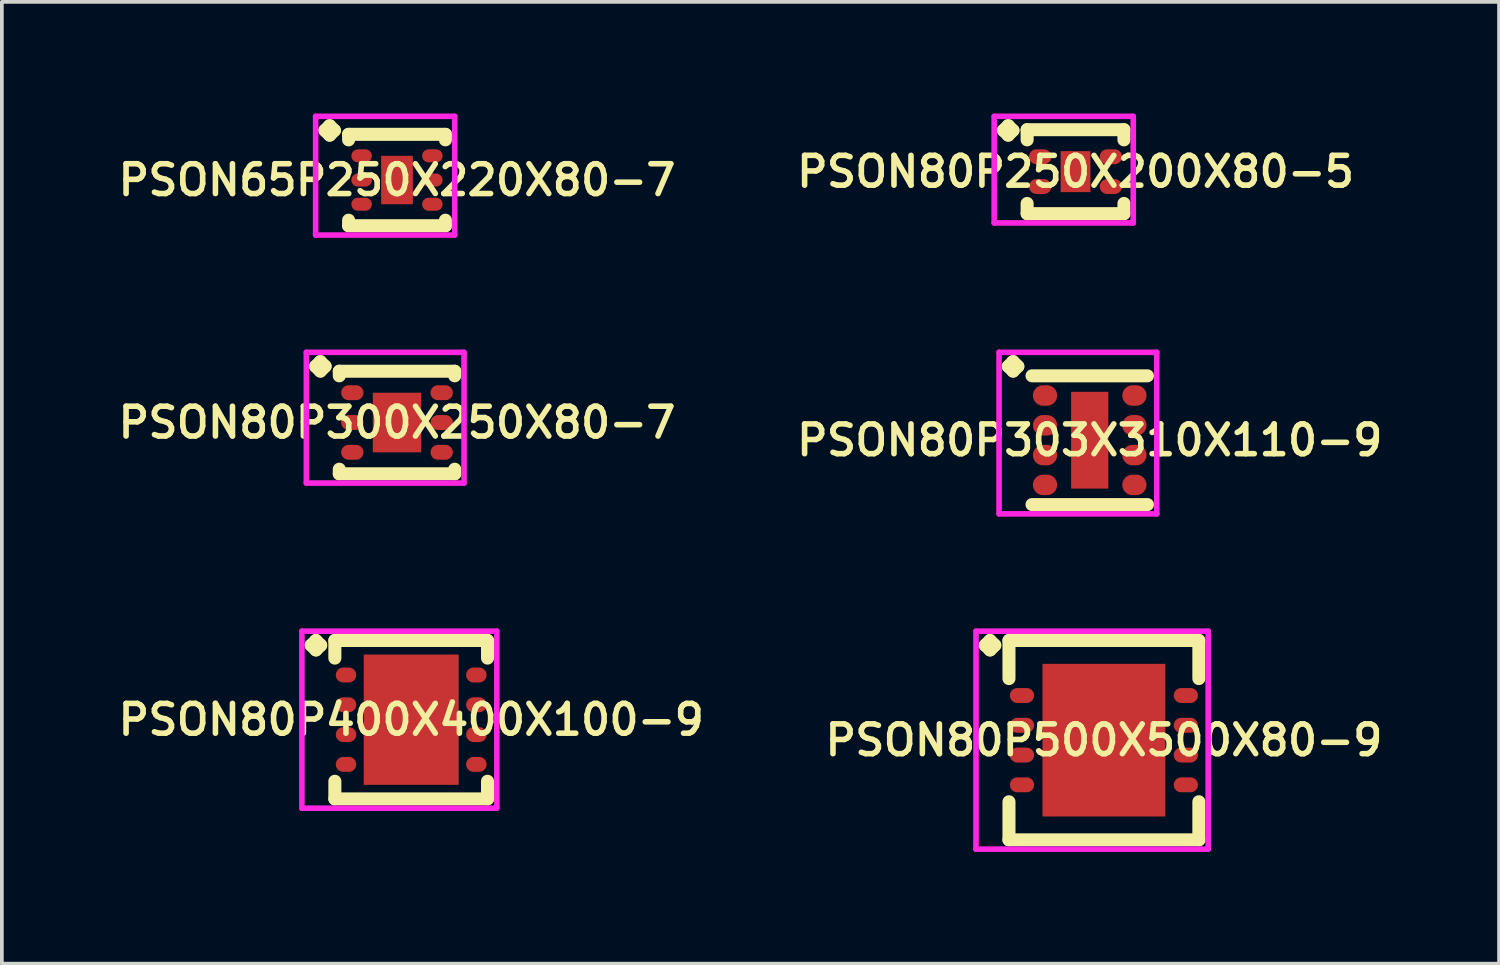
<source format=kicad_pcb>
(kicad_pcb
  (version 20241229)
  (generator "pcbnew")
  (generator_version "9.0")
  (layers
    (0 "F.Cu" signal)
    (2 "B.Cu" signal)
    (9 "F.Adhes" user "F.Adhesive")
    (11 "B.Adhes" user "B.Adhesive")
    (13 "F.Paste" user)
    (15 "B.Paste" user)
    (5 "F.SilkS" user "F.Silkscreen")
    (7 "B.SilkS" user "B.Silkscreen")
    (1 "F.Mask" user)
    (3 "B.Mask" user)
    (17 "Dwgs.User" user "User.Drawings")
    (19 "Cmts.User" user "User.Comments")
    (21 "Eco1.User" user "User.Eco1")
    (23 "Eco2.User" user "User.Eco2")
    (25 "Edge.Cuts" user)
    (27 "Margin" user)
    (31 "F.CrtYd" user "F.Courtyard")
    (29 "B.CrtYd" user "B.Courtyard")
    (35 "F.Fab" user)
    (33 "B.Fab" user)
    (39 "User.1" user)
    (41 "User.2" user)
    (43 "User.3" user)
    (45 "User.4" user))
  (footprint "PSON65P250X220X80-7"
    (layer "F.Cu")
    (at 7.612 1.785)
    (property "Reference" "PSON65P250X220X80-7" (at 0 0 0) (layer "F.SilkS") (effects (font (size 0.8 0.8) (thickness 0.15))))
    (attr smd)
    (fp_line (start -1.935 -1.333) (end -1.808 -1.46) (stroke (width 0.35) (type solid)) (layer "F.SilkS"))
    (fp_line (start -1.808 -1.46) (end -1.681 -1.333) (stroke (width 0.35) (type solid)) (layer "F.SilkS"))
    (fp_line (start -1.808 -1.206) (end -1.935 -1.333) (stroke (width 0.35) (type solid)) (layer "F.SilkS"))
    (fp_line (start -1.681 -1.333) (end -1.808 -1.206) (stroke (width 0.35) (type solid)) (layer "F.SilkS"))
    (fp_line (start -1.3 -1.227) (end 1.3 -1.227) (stroke (width 0.35) (type solid)) (layer "F.SilkS"))
    (fp_line (start -1.3 -1.079) (end -1.3 -1.227) (stroke (width 0.35) (type solid)) (layer "F.SilkS"))
    (fp_line (start -1.3 1.079) (end -1.3 1.227) (stroke (width 0.35) (type solid)) (layer "F.SilkS"))
    (fp_line (start -1.3 1.227) (end 1.3 1.227) (stroke (width 0.35) (type solid)) (layer "F.SilkS"))
    (fp_line (start 1.3 -1.227) (end 1.3 -1.079) (stroke (width 0.35) (type solid)) (layer "F.SilkS"))
    (fp_line (start 1.3 1.227) (end 1.3 1.079) (stroke (width 0.35) (type solid)) (layer "F.SilkS"))
    (fp_line (start -2.185 -1.71) (end 1.55 -1.71) (stroke (width 0.15) (type solid)) (layer "F.CrtYd"))
    (fp_line (start -2.185 1.477) (end -2.185 -1.71) (stroke (width 0.15) (type solid)) (layer "F.CrtYd"))
    (fp_line (start 1.55 -1.71) (end 1.55 1.477) (stroke (width 0.15) (type solid)) (layer "F.CrtYd"))
    (fp_line (start 1.55 1.477) (end -2.185 1.477) (stroke (width 0.15) (type solid)) (layer "F.CrtYd"))
    (pad "1" smd oval (at -0.95 -0.65) (size 0.55 0.35) (layers "F.Cu" "F.Mask" "F.Paste"))
    (pad "2" smd oval (at -0.95 0) (size 0.55 0.35) (layers "F.Cu" "F.Mask" "F.Paste"))
    (pad "3" smd oval (at -0.95 0.65) (size 0.55 0.35) (layers "F.Cu" "F.Mask" "F.Paste"))
    (pad "4" smd oval (at 0.95 0.65) (size 0.55 0.35) (layers "F.Cu" "F.Mask" "F.Paste"))
    (pad "5" smd oval (at 0.95 0) (size 0.55 0.35) (layers "F.Cu" "F.Mask" "F.Paste"))
    (pad "6" smd oval (at 0.95 -0.65) (size 0.55 0.35) (layers "F.Cu" "F.Mask" "F.Paste"))
    (pad "7" smd rect (at 0 0) (size 0.85 1.3) (layers "F.Cu" "F.Mask" "F.Paste")))
  (footprint "PSON80P300X250X80-7"
    (layer "F.Cu")
    (at 7.612 8.297)
    (property "Reference" "PSON80P300X250X80-7" (at 0 0 0) (layer "F.SilkS") (effects (font (size 0.8 0.8) (thickness 0.15))))
    (attr smd)
    (fp_line (start -2.185 -1.508) (end -2.058 -1.635) (stroke (width 0.35) (type solid)) (layer "F.SilkS"))
    (fp_line (start -2.058 -1.635) (end -1.931 -1.508) (stroke (width 0.35) (type solid)) (layer "F.SilkS"))
    (fp_line (start -2.058 -1.381) (end -2.185 -1.508) (stroke (width 0.35) (type solid)) (layer "F.SilkS"))
    (fp_line (start -1.931 -1.508) (end -2.058 -1.381) (stroke (width 0.35) (type solid)) (layer "F.SilkS"))
    (fp_line (start -1.55 -1.377) (end 1.55 -1.377) (stroke (width 0.35) (type solid)) (layer "F.SilkS"))
    (fp_line (start -1.55 -1.254) (end -1.55 -1.377) (stroke (width 0.35) (type solid)) (layer "F.SilkS"))
    (fp_line (start -1.55 1.254) (end -1.55 1.377) (stroke (width 0.35) (type solid)) (layer "F.SilkS"))
    (fp_line (start -1.55 1.377) (end 1.55 1.377) (stroke (width 0.35) (type solid)) (layer "F.SilkS"))
    (fp_line (start 1.55 -1.377) (end 1.55 -1.254) (stroke (width 0.35) (type solid)) (layer "F.SilkS"))
    (fp_line (start 1.55 1.377) (end 1.55 1.254) (stroke (width 0.35) (type solid)) (layer "F.SilkS"))
    (fp_line (start -2.435 -1.885) (end 1.8 -1.885) (stroke (width 0.15) (type solid)) (layer "F.CrtYd"))
    (fp_line (start -2.435 1.627) (end -2.435 -1.885) (stroke (width 0.15) (type solid)) (layer "F.CrtYd"))
    (fp_line (start 1.8 -1.885) (end 1.8 1.627) (stroke (width 0.15) (type solid)) (layer "F.CrtYd"))
    (fp_line (start 1.8 1.627) (end -2.435 1.627) (stroke (width 0.15) (type solid)) (layer "F.CrtYd"))
    (pad "1" smd oval (at -1.2 -0.8) (size 0.6 0.4) (layers "F.Cu" "F.Mask" "F.Paste"))
    (pad "2" smd oval (at -1.2 0) (size 0.6 0.4) (layers "F.Cu" "F.Mask" "F.Paste"))
    (pad "3" smd oval (at -1.2 0.8) (size 0.6 0.4) (layers "F.Cu" "F.Mask" "F.Paste"))
    (pad "4" smd oval (at 1.2 0.8) (size 0.6 0.4) (layers "F.Cu" "F.Mask" "F.Paste"))
    (pad "5" smd oval (at 1.2 0) (size 0.6 0.4) (layers "F.Cu" "F.Mask" "F.Paste"))
    (pad "6" smd oval (at 1.2 -0.8) (size 0.6 0.4) (layers "F.Cu" "F.Mask" "F.Paste"))
    (pad "7" smd rect (at 0 0) (size 1.3 1.6) (layers "F.Cu" "F.Mask" "F.Paste")))
  (footprint "PSON80P400X400X100-9"
    (layer "F.Cu")
    (at 7.993 16.278)
    (property "Reference" "PSON80P400X400X100-9" (at 0 0 0) (layer "F.SilkS") (effects (font (size 0.8 0.8) (thickness 0.15))))
    (attr smd)
    (fp_line (start -2.685 -2) (end -2.558 -2.127) (stroke (width 0.35) (type solid)) (layer "F.SilkS"))
    (fp_line (start -2.558 -2.127) (end -2.431 -2) (stroke (width 0.35) (type solid)) (layer "F.SilkS"))
    (fp_line (start -2.558 -1.873) (end -2.685 -2) (stroke (width 0.35) (type solid)) (layer "F.SilkS"))
    (fp_line (start -2.431 -2) (end -2.558 -1.873) (stroke (width 0.35) (type solid)) (layer "F.SilkS"))
    (fp_line (start -2.05 -2.127) (end 2.05 -2.127) (stroke (width 0.35) (type solid)) (layer "F.SilkS"))
    (fp_line (start -2.05 -1.654) (end -2.05 -2.127) (stroke (width 0.35) (type solid)) (layer "F.SilkS"))
    (fp_line (start -2.05 1.654) (end -2.05 2.127) (stroke (width 0.35) (type solid)) (layer "F.SilkS"))
    (fp_line (start -2.05 2.127) (end 2.05 2.127) (stroke (width 0.35) (type solid)) (layer "F.SilkS"))
    (fp_line (start 2.05 -2.127) (end 2.05 -1.654) (stroke (width 0.35) (type solid)) (layer "F.SilkS"))
    (fp_line (start 2.05 2.127) (end 2.05 1.654) (stroke (width 0.35) (type solid)) (layer "F.SilkS"))
    (fp_line (start -2.935 -2.377) (end 2.3 -2.377) (stroke (width 0.15) (type solid)) (layer "F.CrtYd"))
    (fp_line (start -2.935 2.377) (end -2.935 -2.377) (stroke (width 0.15) (type solid)) (layer "F.CrtYd"))
    (fp_line (start 2.3 -2.377) (end 2.3 2.377) (stroke (width 0.15) (type solid)) (layer "F.CrtYd"))
    (fp_line (start 2.3 2.377) (end -2.935 2.377) (stroke (width 0.15) (type solid)) (layer "F.CrtYd"))
    (pad "1" smd oval (at -1.75 -1.2) (size 0.55 0.4) (layers "F.Cu" "F.Mask" "F.Paste"))
    (pad "2" smd oval (at -1.75 -0.4) (size 0.55 0.4) (layers "F.Cu" "F.Mask" "F.Paste"))
    (pad "3" smd oval (at -1.75 0.4) (size 0.55 0.4) (layers "F.Cu" "F.Mask" "F.Paste"))
    (pad "4" smd oval (at -1.75 1.2) (size 0.55 0.4) (layers "F.Cu" "F.Mask" "F.Paste"))
    (pad "5" smd oval (at 1.75 1.2) (size 0.55 0.4) (layers "F.Cu" "F.Mask" "F.Paste"))
    (pad "6" smd oval (at 1.75 0.4) (size 0.55 0.4) (layers "F.Cu" "F.Mask" "F.Paste"))
    (pad "7" smd oval (at 1.75 -0.4) (size 0.55 0.4) (layers "F.Cu" "F.Mask" "F.Paste"))
    (pad "8" smd oval (at 1.75 -1.2) (size 0.55 0.4) (layers "F.Cu" "F.Mask" "F.Paste"))
    (pad "9" smd rect (at 0 0) (size 2.55 3.5) (layers "F.Cu" "F.Mask" "F.Paste")))
  (footprint "PSON80P303X310X110-9"
    (layer "F.Cu")
    (at 26.216 8.772)
    (property "Reference" "PSON80P303X310X110-9" (at 0 0 0) (layer "F.SilkS") (effects (font (size 0.8 0.8) (thickness 0.15))))
    (attr through_hole)
    (fp_line (start -2.185 -1.983) (end -2.058 -2.11) (stroke (width 0.35) (type solid)) (layer "F.SilkS"))
    (fp_line (start -2.058 -2.11) (end -1.931 -1.983) (stroke (width 0.35) (type solid)) (layer "F.SilkS"))
    (fp_line (start -2.058 -1.856) (end -2.185 -1.983) (stroke (width 0.35) (type solid)) (layer "F.SilkS"))
    (fp_line (start -1.931 -1.983) (end -2.058 -1.856) (stroke (width 0.35) (type solid)) (layer "F.SilkS"))
    (fp_line (start -1.55 -1.729) (end 1.55 -1.729) (stroke (width 0.35) (type solid)) (layer "F.SilkS"))
    (fp_line (start -1.55 1.729) (end 1.55 1.729) (stroke (width 0.35) (type solid)) (layer "F.SilkS"))
    (fp_line (start -2.435 -2.36) (end 1.8 -2.36) (stroke (width 0.15) (type solid)) (layer "F.CrtYd"))
    (fp_line (start -2.435 1.979) (end -2.435 -2.36) (stroke (width 0.15) (type solid)) (layer "F.CrtYd"))
    (fp_line (start 1.8 -2.36) (end 1.8 1.979) (stroke (width 0.15) (type solid)) (layer "F.CrtYd"))
    (fp_line (start 1.8 1.979) (end -2.435 1.979) (stroke (width 0.15) (type solid)) (layer "F.CrtYd"))
    (pad "1" smd oval (at -1.2 -1.2) (size 0.65 0.55) (layers "F.Cu" "F.Mask" "F.Paste"))
    (pad "2" smd oval (at -1.2 -0.4) (size 0.65 0.55) (layers "F.Cu" "F.Mask" "F.Paste"))
    (pad "3" smd oval (at -1.2 0.4) (size 0.65 0.55) (layers "F.Cu" "F.Mask" "F.Paste"))
    (pad "4" smd oval (at -1.2 1.2) (size 0.65 0.55) (layers "F.Cu" "F.Mask" "F.Paste"))
    (pad "5" smd oval (at 1.2 1.2) (size 0.65 0.55) (layers "F.Cu" "F.Mask" "F.Paste"))
    (pad "6" smd oval (at 1.2 0.4) (size 0.65 0.55) (layers "F.Cu" "F.Mask" "F.Paste"))
    (pad "7" smd oval (at 1.2 -0.4) (size 0.65 0.55) (layers "F.Cu" "F.Mask" "F.Paste"))
    (pad "8" smd oval (at 1.2 -1.2) (size 0.65 0.55) (layers "F.Cu" "F.Mask" "F.Paste"))
    (pad "9" smd rect (at 0 0) (size 1 2.6) (layers "F.Cu" "F.Mask" "F.Paste")))
  (footprint "PSON80P500X500X80-9"
    (layer "F.Cu")
    (at 26.597 16.828)
    (property "Reference" "PSON80P500X500X80-9" (at 0 0 0) (layer "F.SilkS") (effects (font (size 0.8 0.8) (thickness 0.15))))
    (attr smd)
    (fp_line (start -3.185 -2.55) (end -3.058 -2.677) (stroke (width 0.35) (type solid)) (layer "F.SilkS"))
    (fp_line (start -3.058 -2.677) (end -2.931 -2.55) (stroke (width 0.35) (type solid)) (layer "F.SilkS"))
    (fp_line (start -3.058 -2.423) (end -3.185 -2.55) (stroke (width 0.35) (type solid)) (layer "F.SilkS"))
    (fp_line (start -2.931 -2.55) (end -3.058 -2.423) (stroke (width 0.35) (type solid)) (layer "F.SilkS"))
    (fp_line (start -2.55 -2.677) (end 2.55 -2.677) (stroke (width 0.35) (type solid)) (layer "F.SilkS"))
    (fp_line (start -2.55 -1.654) (end -2.55 -2.677) (stroke (width 0.35) (type solid)) (layer "F.SilkS"))
    (fp_line (start -2.55 1.654) (end -2.55 2.677) (stroke (width 0.35) (type solid)) (layer "F.SilkS"))
    (fp_line (start -2.55 2.677) (end 2.55 2.677) (stroke (width 0.35) (type solid)) (layer "F.SilkS"))
    (fp_line (start 2.55 -2.677) (end 2.55 -1.654) (stroke (width 0.35) (type solid)) (layer "F.SilkS"))
    (fp_line (start 2.55 2.677) (end 2.55 1.654) (stroke (width 0.35) (type solid)) (layer "F.SilkS"))
    (fp_line (start -3.435 -2.927) (end 2.8 -2.927) (stroke (width 0.15) (type solid)) (layer "F.CrtYd"))
    (fp_line (start -3.435 2.927) (end -3.435 -2.927) (stroke (width 0.15) (type solid)) (layer "F.CrtYd"))
    (fp_line (start 2.8 -2.927) (end 2.8 2.927) (stroke (width 0.15) (type solid)) (layer "F.CrtYd"))
    (fp_line (start 2.8 2.927) (end -3.435 2.927) (stroke (width 0.15) (type solid)) (layer "F.CrtYd"))
    (pad "1" smd oval (at -2.2 -1.2) (size 0.65 0.4) (layers "F.Cu" "F.Mask" "F.Paste"))
    (pad "2" smd oval (at -2.2 -0.4) (size 0.65 0.4) (layers "F.Cu" "F.Mask" "F.Paste"))
    (pad "3" smd oval (at -2.2 0.4) (size 0.65 0.4) (layers "F.Cu" "F.Mask" "F.Paste"))
    (pad "4" smd oval (at -2.2 1.2) (size 0.65 0.4) (layers "F.Cu" "F.Mask" "F.Paste"))
    (pad "5" smd oval (at 2.2 1.2) (size 0.65 0.4) (layers "F.Cu" "F.Mask" "F.Paste"))
    (pad "6" smd oval (at 2.2 0.4) (size 0.65 0.4) (layers "F.Cu" "F.Mask" "F.Paste"))
    (pad "7" smd oval (at 2.2 -0.4) (size 0.65 0.4) (layers "F.Cu" "F.Mask" "F.Paste"))
    (pad "8" smd oval (at 2.2 -1.2) (size 0.65 0.4) (layers "F.Cu" "F.Mask" "F.Paste"))
    (pad "9" smd rect (at 0 0) (size 3.3 4.1) (layers "F.Cu" "F.Mask" "F.Paste")))
  (footprint "PSON80P250X200X80-5"
    (layer "F.Cu")
    (at 25.835 1.56)
    (property "Reference" "PSON80P250X200X80-5" (at 0 0 0) (layer "F.SilkS") (effects (font (size 0.8 0.8) (thickness 0.15))))
    (attr smd)
    (fp_line (start -1.935 -1.108) (end -1.808 -1.235) (stroke (width 0.35) (type solid)) (layer "F.SilkS"))
    (fp_line (start -1.808 -1.235) (end -1.681 -1.108) (stroke (width 0.35) (type solid)) (layer "F.SilkS"))
    (fp_line (start -1.808 -0.981) (end -1.935 -1.108) (stroke (width 0.35) (type solid)) (layer "F.SilkS"))
    (fp_line (start -1.681 -1.108) (end -1.808 -0.981) (stroke (width 0.35) (type solid)) (layer "F.SilkS"))
    (fp_line (start -1.3 -1.127) (end 1.3 -1.127) (stroke (width 0.35) (type solid)) (layer "F.SilkS"))
    (fp_line (start -1.3 -0.854) (end -1.3 -1.127) (stroke (width 0.35) (type solid)) (layer "F.SilkS"))
    (fp_line (start -1.3 0.854) (end -1.3 1.127) (stroke (width 0.35) (type solid)) (layer "F.SilkS"))
    (fp_line (start -1.3 1.127) (end 1.3 1.127) (stroke (width 0.35) (type solid)) (layer "F.SilkS"))
    (fp_line (start 1.3 -1.127) (end 1.3 -0.854) (stroke (width 0.35) (type solid)) (layer "F.SilkS"))
    (fp_line (start 1.3 1.127) (end 1.3 0.854) (stroke (width 0.35) (type solid)) (layer "F.SilkS"))
    (fp_line (start -2.185 -1.485) (end 1.55 -1.485) (stroke (width 0.15) (type solid)) (layer "F.CrtYd"))
    (fp_line (start -2.185 1.377) (end -2.185 -1.485) (stroke (width 0.15) (type solid)) (layer "F.CrtYd"))
    (fp_line (start 1.55 -1.485) (end 1.55 1.377) (stroke (width 0.15) (type solid)) (layer "F.CrtYd"))
    (fp_line (start 1.55 1.377) (end -2.185 1.377) (stroke (width 0.15) (type solid)) (layer "F.CrtYd"))
    (pad "1" smd oval (at -0.95 -0.4) (size 0.6 0.4) (layers "F.Cu" "F.Mask" "F.Paste"))
    (pad "2" smd oval (at -0.95 0.4) (size 0.6 0.4) (layers "F.Cu" "F.Mask" "F.Paste"))
    (pad "3" smd oval (at 0.95 0.4) (size 0.6 0.4) (layers "F.Cu" "F.Mask" "F.Paste"))
    (pad "4" smd oval (at 0.95 -0.4) (size 0.6 0.4) (layers "F.Cu" "F.Mask" "F.Paste"))
    (pad "5" smd rect (at 0 0) (size 0.8 1.1) (layers "F.Cu" "F.Mask" "F.Paste")))
  (gr_rect
    (start -3 -3)
    (end 37.209 22.83)
    (stroke (width 0.1) (type default))
    (fill no)
    (layer "Edge.Cuts")))
</source>
